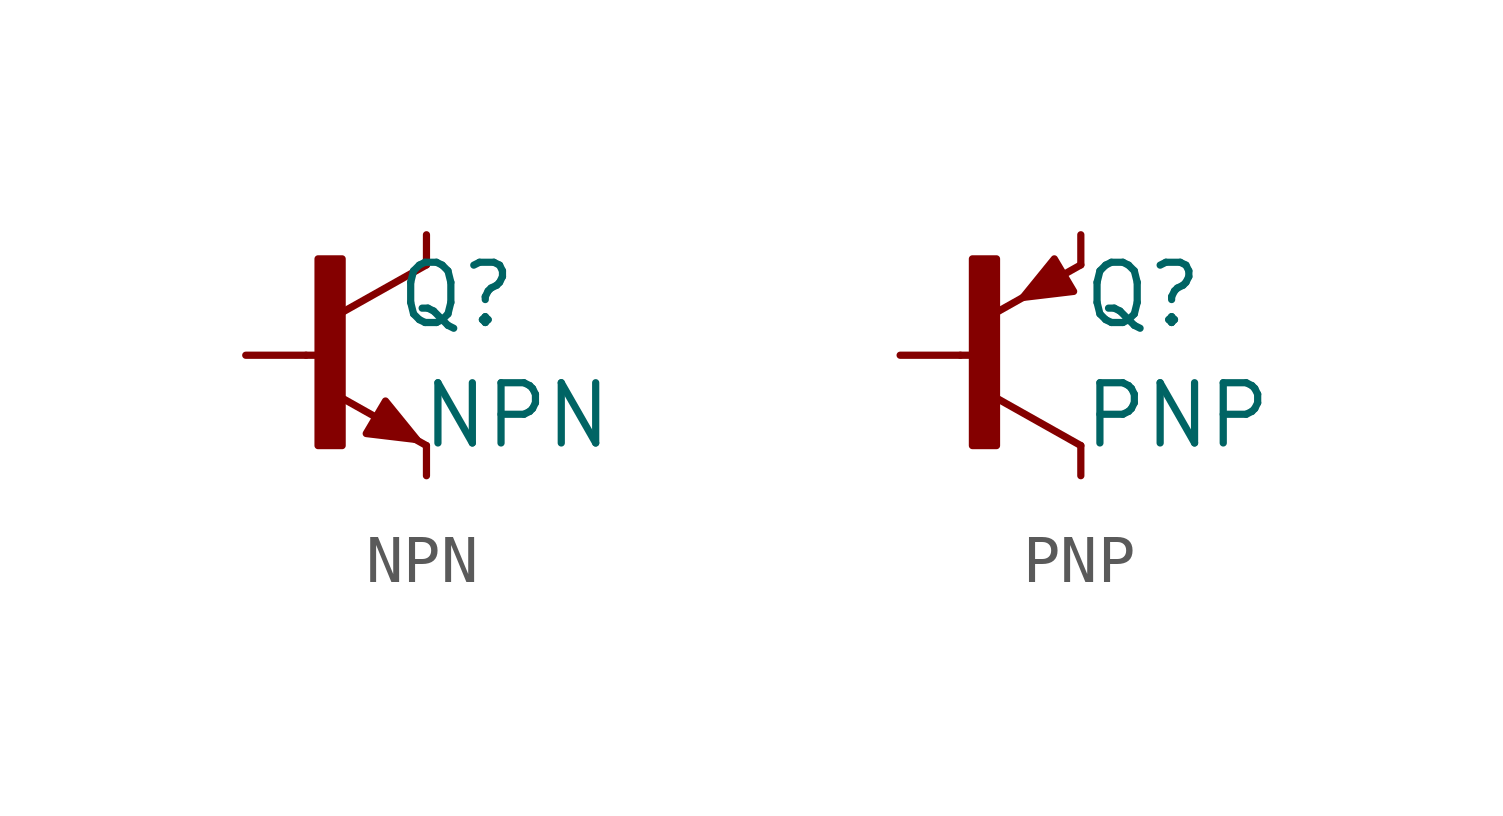
<source format=kicad_sym>
(kicad_symbol_lib
  (version 20231120)
  (generator "kicad_symbol_editor")
  (generator_version "8.0")
  (symbol "NPN"
    (pin_numbers hide)
    (pin_names hide)
    (property "Reference" "Q"
      (at 3.175 1.27 0)
      (effects (font (size 1.27 1.27))))
    (property "Value" "NPN"
      (at 4.445 -1.27 0)
      (effects (font (size 1.27 1.27))))
    (symbol "NPN_0_1"
      (polyline (pts (xy 0 0) (xy 0.508 0)) (stroke (width 0) (type default)) (fill (type none)))
      (polyline (pts (xy 2.54 -1.905) (xy 0.508 -0.762)) (stroke (width 0) (type default)) (fill (type none)))
      (polyline (pts (xy 2.54 1.905) (xy 0.508 0.762)) (stroke (width 0) (type default)) (fill (type none)))
      (polyline (pts (xy 2.337 -1.778) (xy 1.27 -1.651) (xy 1.676 -0.965) (xy 2.337 -1.778)) (stroke (width 0) (type default)) (fill (type outline)))
      (rectangle (start 0.254 2.032) (end 0.762 -1.905) (stroke (width 0) (type default)) (fill (type outline))))
    (symbol "NPN_1_1"
      (pin passive line (at -1.27 0 0) (length 1.27) (name "B" (effects (font (size 1.27 1.27)))) (number "B" (effects (font (size 1.27 1.27)))))
      (pin passive line (at 2.54 2.54 270) (length 0.635) (name "C" (effects (font (size 1.27 1.27)))) (number "C" (effects (font (size 1.27 1.27)))))
      (pin passive line (at 2.54 -2.54 90) (length 0.635) (name "E" (effects (font (size 1.27 1.27)))) (number "E" (effects (font (size 1.27 1.27)))))))
  (symbol "PNP"
    (pin_numbers hide)
    (pin_names hide)
    (property "Reference" "Q"
      (at 2.54 1.27 0)
      (effects (font (size 1.27 1.27)) (justify left)))
    (property "Value" "PNP"
      (at 2.54 -1.27 0)
      (effects (font (size 1.27 1.27)) (justify left)))
    (symbol "PNP_0_1"
      (polyline (pts (xy 0 0) (xy 0.508 0)) (stroke (width 0) (type default)) (fill (type none)))
      (polyline (pts (xy 2.54 -1.905) (xy 0.508 -0.762)) (stroke (width 0) (type default)) (fill (type none)))
      (polyline (pts (xy 2.54 1.905) (xy 0.508 0.762)) (stroke (width 0) (type default)) (fill (type none)))
      (polyline (pts (xy 1.321 1.219) (xy 2.388 1.346) (xy 1.981 2.032) (xy 1.321 1.219)) (stroke (width 0) (type default)) (fill (type outline)))
      (rectangle (start 0.254 2.032) (end 0.762 -1.905) (stroke (width 0) (type default)) (fill (type outline))))
    (symbol "PNP_1_1"
      (pin passive line (at -1.27 0 0) (length 1.27) (name "B" (effects (font (size 1.27 1.27)))) (number "1" (effects (font (size 1.27 1.27)))))
      (pin passive line (at 2.54 2.54 270) (length 0.635) (name "C" (effects (font (size 1.27 1.27)))) (number "2" (effects (font (size 1.27 1.27)))))
      (pin passive line (at 2.54 -2.54 90) (length 0.635) (name "E" (effects (font (size 1.27 1.27)))) (number "3" (effects (font (size 1.27 1.27))))))))
</source>
